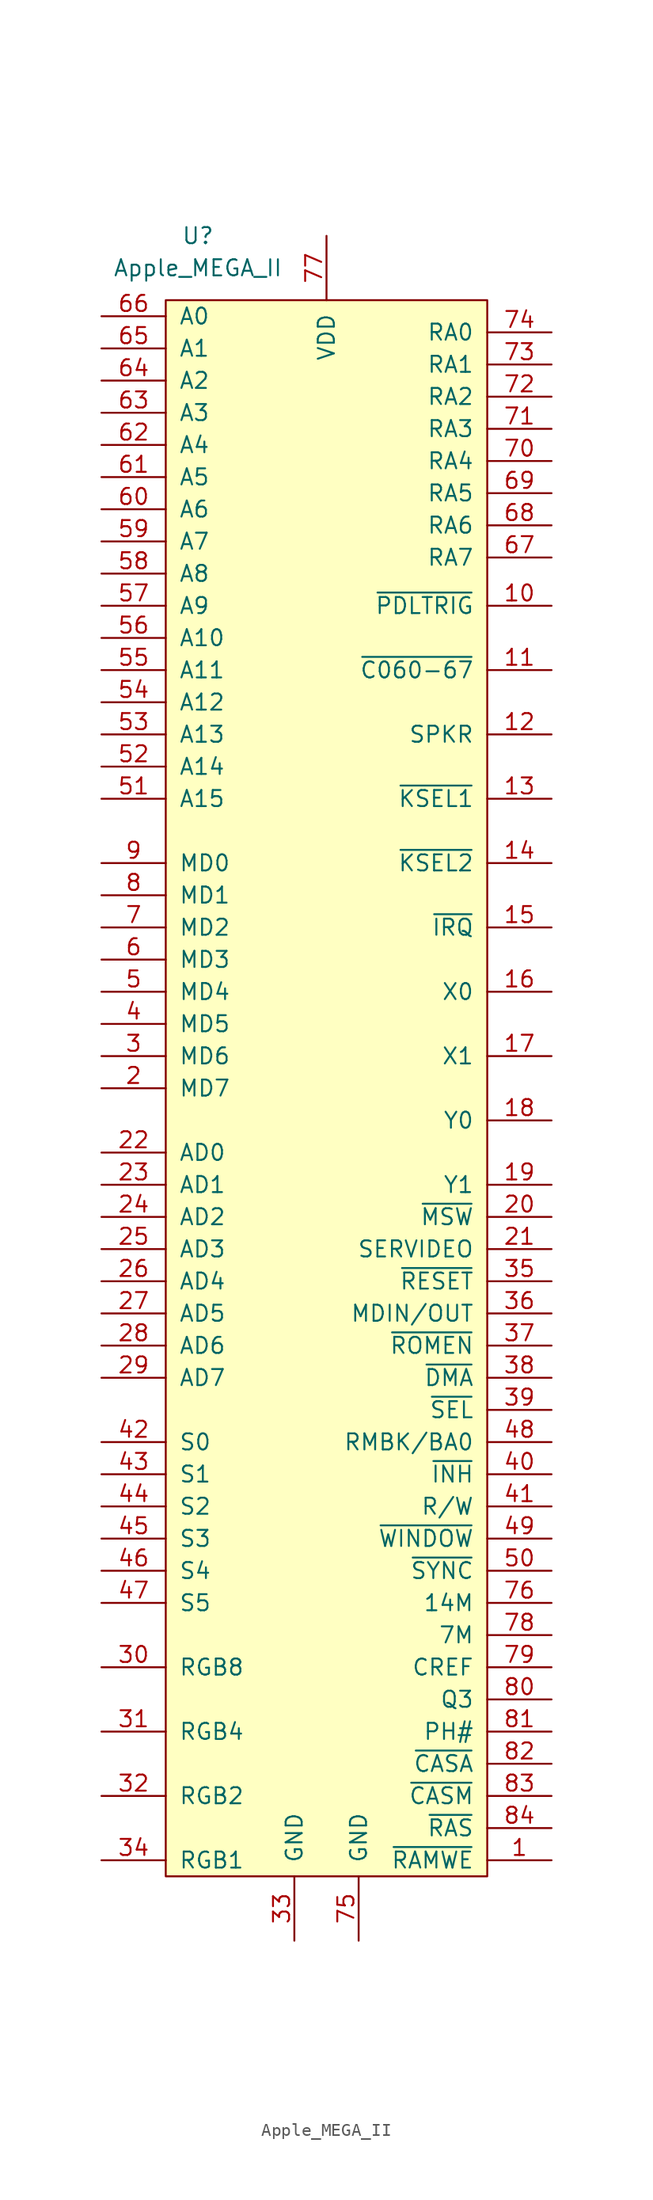
<source format=kicad_sym>
(kicad_symbol_lib
  (version 20211014)
  (generator kicad_symbol_editor)
  (symbol "Apple_MEGA_II"
    (pin_names
      (offset 1.016))
    (property "Reference" "U"
      (at -10.16 67.31 0)
      (effects (font (size 1.27 1.27))))
    (property "Value" "Apple_MEGA_II"
      (at -10.16 64.77 0)
      (effects (font (size 1.27 1.27))))
    (symbol "Apple_MEGA_II_0_1"
      (rectangle (start 12.7 -62.23) (end -12.7 62.23) (stroke (width 0) (type default) (color 0 0 0 0)) (fill (type background))))
    (symbol "Apple_MEGA_II_1_1"
      (pin output line (at 17.78 -60.96 180) (length 5.08) (name "~{RAMWE}" (effects (font (size 1.27 1.27)))) (number "1" (effects (font (size 1.27 1.27)))))
      (pin output line (at 17.78 38.1 180) (length 5.08) (name "~{PDLTRIG}" (effects (font (size 1.27 1.27)))) (number "10" (effects (font (size 1.27 1.27)))))
      (pin input line (at 17.78 33.02 180) (length 5.08) (name "~{C060-67}" (effects (font (size 1.27 1.27)))) (number "11" (effects (font (size 1.27 1.27)))))
      (pin output line (at 17.78 27.94 180) (length 5.08) (name "SPKR" (effects (font (size 1.27 1.27)))) (number "12" (effects (font (size 1.27 1.27)))))
      (pin input line (at 17.78 22.86 180) (length 5.08) (name "~{KSEL1}" (effects (font (size 1.27 1.27)))) (number "13" (effects (font (size 1.27 1.27)))))
      (pin input line (at 17.78 17.78 180) (length 5.08) (name "~{KSEL2}" (effects (font (size 1.27 1.27)))) (number "14" (effects (font (size 1.27 1.27)))))
      (pin input line (at 17.78 12.7 180) (length 5.08) (name "~{IRQ}" (effects (font (size 1.27 1.27)))) (number "15" (effects (font (size 1.27 1.27)))))
      (pin input line (at 17.78 7.62 180) (length 5.08) (name "X0" (effects (font (size 1.27 1.27)))) (number "16" (effects (font (size 1.27 1.27)))))
      (pin input line (at 17.78 2.54 180) (length 5.08) (name "X1" (effects (font (size 1.27 1.27)))) (number "17" (effects (font (size 1.27 1.27)))))
      (pin input line (at 17.78 -2.54 180) (length 5.08) (name "Y0" (effects (font (size 1.27 1.27)))) (number "18" (effects (font (size 1.27 1.27)))))
      (pin input line (at 17.78 -7.62 180) (length 5.08) (name "Y1" (effects (font (size 1.27 1.27)))) (number "19" (effects (font (size 1.27 1.27)))))
      (pin input line (at -17.78 0 0) (length 5.08) (name "MD7" (effects (font (size 1.27 1.27)))) (number "2" (effects (font (size 1.27 1.27)))))
      (pin input line (at 17.78 -10.16 180) (length 5.08) (name "~{MSW}" (effects (font (size 1.27 1.27)))) (number "20" (effects (font (size 1.27 1.27)))))
      (pin output line (at 17.78 -12.7 180) (length 5.08) (name "SERVIDEO" (effects (font (size 1.27 1.27)))) (number "21" (effects (font (size 1.27 1.27)))))
      (pin input line (at -17.78 -5.08 0) (length 5.08) (name "AD0" (effects (font (size 1.27 1.27)))) (number "22" (effects (font (size 1.27 1.27)))))
      (pin input line (at -17.78 -7.62 0) (length 5.08) (name "AD1" (effects (font (size 1.27 1.27)))) (number "23" (effects (font (size 1.27 1.27)))))
      (pin input line (at -17.78 -10.16 0) (length 5.08) (name "AD2" (effects (font (size 1.27 1.27)))) (number "24" (effects (font (size 1.27 1.27)))))
      (pin input line (at -17.78 -12.7 0) (length 5.08) (name "AD3" (effects (font (size 1.27 1.27)))) (number "25" (effects (font (size 1.27 1.27)))))
      (pin input line (at -17.78 -15.24 0) (length 5.08) (name "AD4" (effects (font (size 1.27 1.27)))) (number "26" (effects (font (size 1.27 1.27)))))
      (pin input line (at -17.78 -17.78 0) (length 5.08) (name "AD5" (effects (font (size 1.27 1.27)))) (number "27" (effects (font (size 1.27 1.27)))))
      (pin input line (at -17.78 -20.32 0) (length 5.08) (name "AD6" (effects (font (size 1.27 1.27)))) (number "28" (effects (font (size 1.27 1.27)))))
      (pin input line (at -17.78 -22.86 0) (length 5.08) (name "AD7" (effects (font (size 1.27 1.27)))) (number "29" (effects (font (size 1.27 1.27)))))
      (pin input line (at -17.78 2.54 0) (length 5.08) (name "MD6" (effects (font (size 1.27 1.27)))) (number "3" (effects (font (size 1.27 1.27)))))
      (pin output line (at -17.78 -45.72 0) (length 5.08) (name "RGB8" (effects (font (size 1.27 1.27)))) (number "30" (effects (font (size 1.27 1.27)))))
      (pin output line (at -17.78 -50.8 0) (length 5.08) (name "RGB4" (effects (font (size 1.27 1.27)))) (number "31" (effects (font (size 1.27 1.27)))))
      (pin output line (at -17.78 -55.88 0) (length 5.08) (name "RGB2" (effects (font (size 1.27 1.27)))) (number "32" (effects (font (size 1.27 1.27)))))
      (pin input line (at -2.54 -67.31 90) (length 5.08) (name "GND" (effects (font (size 1.27 1.27)))) (number "33" (effects (font (size 1.27 1.27)))))
      (pin output line (at -17.78 -60.96 0) (length 5.08) (name "RGB1" (effects (font (size 1.27 1.27)))) (number "34" (effects (font (size 1.27 1.27)))))
      (pin input line (at 17.78 -15.24 180) (length 5.08) (name "~{RESET}" (effects (font (size 1.27 1.27)))) (number "35" (effects (font (size 1.27 1.27)))))
      (pin input line (at 17.78 -17.78 180) (length 5.08) (name "MDIN/OUT" (effects (font (size 1.27 1.27)))) (number "36" (effects (font (size 1.27 1.27)))))
      (pin output line (at 17.78 -20.32 180) (length 5.08) (name "~{ROMEN}" (effects (font (size 1.27 1.27)))) (number "37" (effects (font (size 1.27 1.27)))))
      (pin input line (at 17.78 -22.86 180) (length 5.08) (name "~{DMA}" (effects (font (size 1.27 1.27)))) (number "38" (effects (font (size 1.27 1.27)))))
      (pin input line (at 17.78 -25.4 180) (length 5.08) (name "~{SEL}" (effects (font (size 1.27 1.27)))) (number "39" (effects (font (size 1.27 1.27)))))
      (pin input line (at -17.78 5.08 0) (length 5.08) (name "MD5" (effects (font (size 1.27 1.27)))) (number "4" (effects (font (size 1.27 1.27)))))
      (pin input line (at 17.78 -30.48 180) (length 5.08) (name "~{INH}" (effects (font (size 1.27 1.27)))) (number "40" (effects (font (size 1.27 1.27)))))
      (pin input line (at 17.78 -33.02 180) (length 5.08) (name "R/W" (effects (font (size 1.27 1.27)))) (number "41" (effects (font (size 1.27 1.27)))))
      (pin input line (at -17.78 -27.94 0) (length 5.08) (name "S0" (effects (font (size 1.27 1.27)))) (number "42" (effects (font (size 1.27 1.27)))))
      (pin input line (at -17.78 -30.48 0) (length 5.08) (name "S1" (effects (font (size 1.27 1.27)))) (number "43" (effects (font (size 1.27 1.27)))))
      (pin input line (at -17.78 -33.02 0) (length 5.08) (name "S2" (effects (font (size 1.27 1.27)))) (number "44" (effects (font (size 1.27 1.27)))))
      (pin input line (at -17.78 -35.56 0) (length 5.08) (name "S3" (effects (font (size 1.27 1.27)))) (number "45" (effects (font (size 1.27 1.27)))))
      (pin input line (at -17.78 -38.1 0) (length 5.08) (name "S4" (effects (font (size 1.27 1.27)))) (number "46" (effects (font (size 1.27 1.27)))))
      (pin input line (at -17.78 -40.64 0) (length 5.08) (name "S5" (effects (font (size 1.27 1.27)))) (number "47" (effects (font (size 1.27 1.27)))))
      (pin input line (at 17.78 -27.94 180) (length 5.08) (name "RMBK/BA0" (effects (font (size 1.27 1.27)))) (number "48" (effects (font (size 1.27 1.27)))))
      (pin input line (at 17.78 -35.56 180) (length 5.08) (name "~{WINDOW}" (effects (font (size 1.27 1.27)))) (number "49" (effects (font (size 1.27 1.27)))))
      (pin input line (at -17.78 7.62 0) (length 5.08) (name "MD4" (effects (font (size 1.27 1.27)))) (number "5" (effects (font (size 1.27 1.27)))))
      (pin output line (at 17.78 -38.1 180) (length 5.08) (name "~{SYNC}" (effects (font (size 1.27 1.27)))) (number "50" (effects (font (size 1.27 1.27)))))
      (pin input line (at -17.78 22.86 0) (length 5.08) (name "A15" (effects (font (size 1.27 1.27)))) (number "51" (effects (font (size 1.27 1.27)))))
      (pin input line (at -17.78 25.4 0) (length 5.08) (name "A14" (effects (font (size 1.27 1.27)))) (number "52" (effects (font (size 1.27 1.27)))))
      (pin input line (at -17.78 27.94 0) (length 5.08) (name "A13" (effects (font (size 1.27 1.27)))) (number "53" (effects (font (size 1.27 1.27)))))
      (pin input line (at -17.78 30.48 0) (length 5.08) (name "A12" (effects (font (size 1.27 1.27)))) (number "54" (effects (font (size 1.27 1.27)))))
      (pin input line (at -17.78 33.02 0) (length 5.08) (name "A11" (effects (font (size 1.27 1.27)))) (number "55" (effects (font (size 1.27 1.27)))))
      (pin input line (at -17.78 35.56 0) (length 5.08) (name "A10" (effects (font (size 1.27 1.27)))) (number "56" (effects (font (size 1.27 1.27)))))
      (pin input line (at -17.78 38.1 0) (length 5.08) (name "A9" (effects (font (size 1.27 1.27)))) (number "57" (effects (font (size 1.27 1.27)))))
      (pin input line (at -17.78 40.64 0) (length 5.08) (name "A8" (effects (font (size 1.27 1.27)))) (number "58" (effects (font (size 1.27 1.27)))))
      (pin input line (at -17.78 43.18 0) (length 5.08) (name "A7" (effects (font (size 1.27 1.27)))) (number "59" (effects (font (size 1.27 1.27)))))
      (pin input line (at -17.78 10.16 0) (length 5.08) (name "MD3" (effects (font (size 1.27 1.27)))) (number "6" (effects (font (size 1.27 1.27)))))
      (pin input line (at -17.78 45.72 0) (length 5.08) (name "A6" (effects (font (size 1.27 1.27)))) (number "60" (effects (font (size 1.27 1.27)))))
      (pin input line (at -17.78 48.26 0) (length 5.08) (name "A5" (effects (font (size 1.27 1.27)))) (number "61" (effects (font (size 1.27 1.27)))))
      (pin input line (at -17.78 50.8 0) (length 5.08) (name "A4" (effects (font (size 1.27 1.27)))) (number "62" (effects (font (size 1.27 1.27)))))
      (pin input line (at -17.78 53.34 0) (length 5.08) (name "A3" (effects (font (size 1.27 1.27)))) (number "63" (effects (font (size 1.27 1.27)))))
      (pin input line (at -17.78 55.88 0) (length 5.08) (name "A2" (effects (font (size 1.27 1.27)))) (number "64" (effects (font (size 1.27 1.27)))))
      (pin input line (at -17.78 58.42 0) (length 5.08) (name "A1" (effects (font (size 1.27 1.27)))) (number "65" (effects (font (size 1.27 1.27)))))
      (pin input line (at -17.78 60.96 0) (length 5.08) (name "A0" (effects (font (size 1.27 1.27)))) (number "66" (effects (font (size 1.27 1.27)))))
      (pin output line (at 17.78 41.91 180) (length 5.08) (name "RA7" (effects (font (size 1.27 1.27)))) (number "67" (effects (font (size 1.27 1.27)))))
      (pin output line (at 17.78 44.45 180) (length 5.08) (name "RA6" (effects (font (size 1.27 1.27)))) (number "68" (effects (font (size 1.27 1.27)))))
      (pin output line (at 17.78 46.99 180) (length 5.08) (name "RA5" (effects (font (size 1.27 1.27)))) (number "69" (effects (font (size 1.27 1.27)))))
      (pin input line (at -17.78 12.7 0) (length 5.08) (name "MD2" (effects (font (size 1.27 1.27)))) (number "7" (effects (font (size 1.27 1.27)))))
      (pin output line (at 17.78 49.53 180) (length 5.08) (name "RA4" (effects (font (size 1.27 1.27)))) (number "70" (effects (font (size 1.27 1.27)))))
      (pin output line (at 17.78 52.07 180) (length 5.08) (name "RA3" (effects (font (size 1.27 1.27)))) (number "71" (effects (font (size 1.27 1.27)))))
      (pin output line (at 17.78 54.61 180) (length 5.08) (name "RA2" (effects (font (size 1.27 1.27)))) (number "72" (effects (font (size 1.27 1.27)))))
      (pin output line (at 17.78 57.15 180) (length 5.08) (name "RA1" (effects (font (size 1.27 1.27)))) (number "73" (effects (font (size 1.27 1.27)))))
      (pin output line (at 17.78 59.69 180) (length 5.08) (name "RA0" (effects (font (size 1.27 1.27)))) (number "74" (effects (font (size 1.27 1.27)))))
      (pin input line (at 2.54 -67.31 90) (length 5.08) (name "GND" (effects (font (size 1.27 1.27)))) (number "75" (effects (font (size 1.27 1.27)))))
      (pin input line (at 17.78 -40.64 180) (length 5.08) (name "14M" (effects (font (size 1.27 1.27)))) (number "76" (effects (font (size 1.27 1.27)))))
      (pin input line (at 0 67.31 270) (length 5.08) (name "VDD" (effects (font (size 1.27 1.27)))) (number "77" (effects (font (size 1.27 1.27)))))
      (pin output line (at 17.78 -43.18 180) (length 5.08) (name "7M" (effects (font (size 1.27 1.27)))) (number "78" (effects (font (size 1.27 1.27)))))
      (pin output line (at 17.78 -45.72 180) (length 5.08) (name "CREF" (effects (font (size 1.27 1.27)))) (number "79" (effects (font (size 1.27 1.27)))))
      (pin input line (at -17.78 15.24 0) (length 5.08) (name "MD1" (effects (font (size 1.27 1.27)))) (number "8" (effects (font (size 1.27 1.27)))))
      (pin input line (at 17.78 -48.26 180) (length 5.08) (name "Q3" (effects (font (size 1.27 1.27)))) (number "80" (effects (font (size 1.27 1.27)))))
      (pin output line (at 17.78 -50.8 180) (length 5.08) (name "PH#" (effects (font (size 1.27 1.27)))) (number "81" (effects (font (size 1.27 1.27)))))
      (pin output line (at 17.78 -53.34 180) (length 5.08) (name "~{CASA}" (effects (font (size 1.27 1.27)))) (number "82" (effects (font (size 1.27 1.27)))))
      (pin output line (at 17.78 -55.88 180) (length 5.08) (name "~{CASM}" (effects (font (size 1.27 1.27)))) (number "83" (effects (font (size 1.27 1.27)))))
      (pin output line (at 17.78 -58.42 180) (length 5.08) (name "~{RAS}" (effects (font (size 1.27 1.27)))) (number "84" (effects (font (size 1.27 1.27)))))
      (pin input line (at -17.78 17.78 0) (length 5.08) (name "MD0" (effects (font (size 1.27 1.27)))) (number "9" (effects (font (size 1.27 1.27))))))))
</source>
